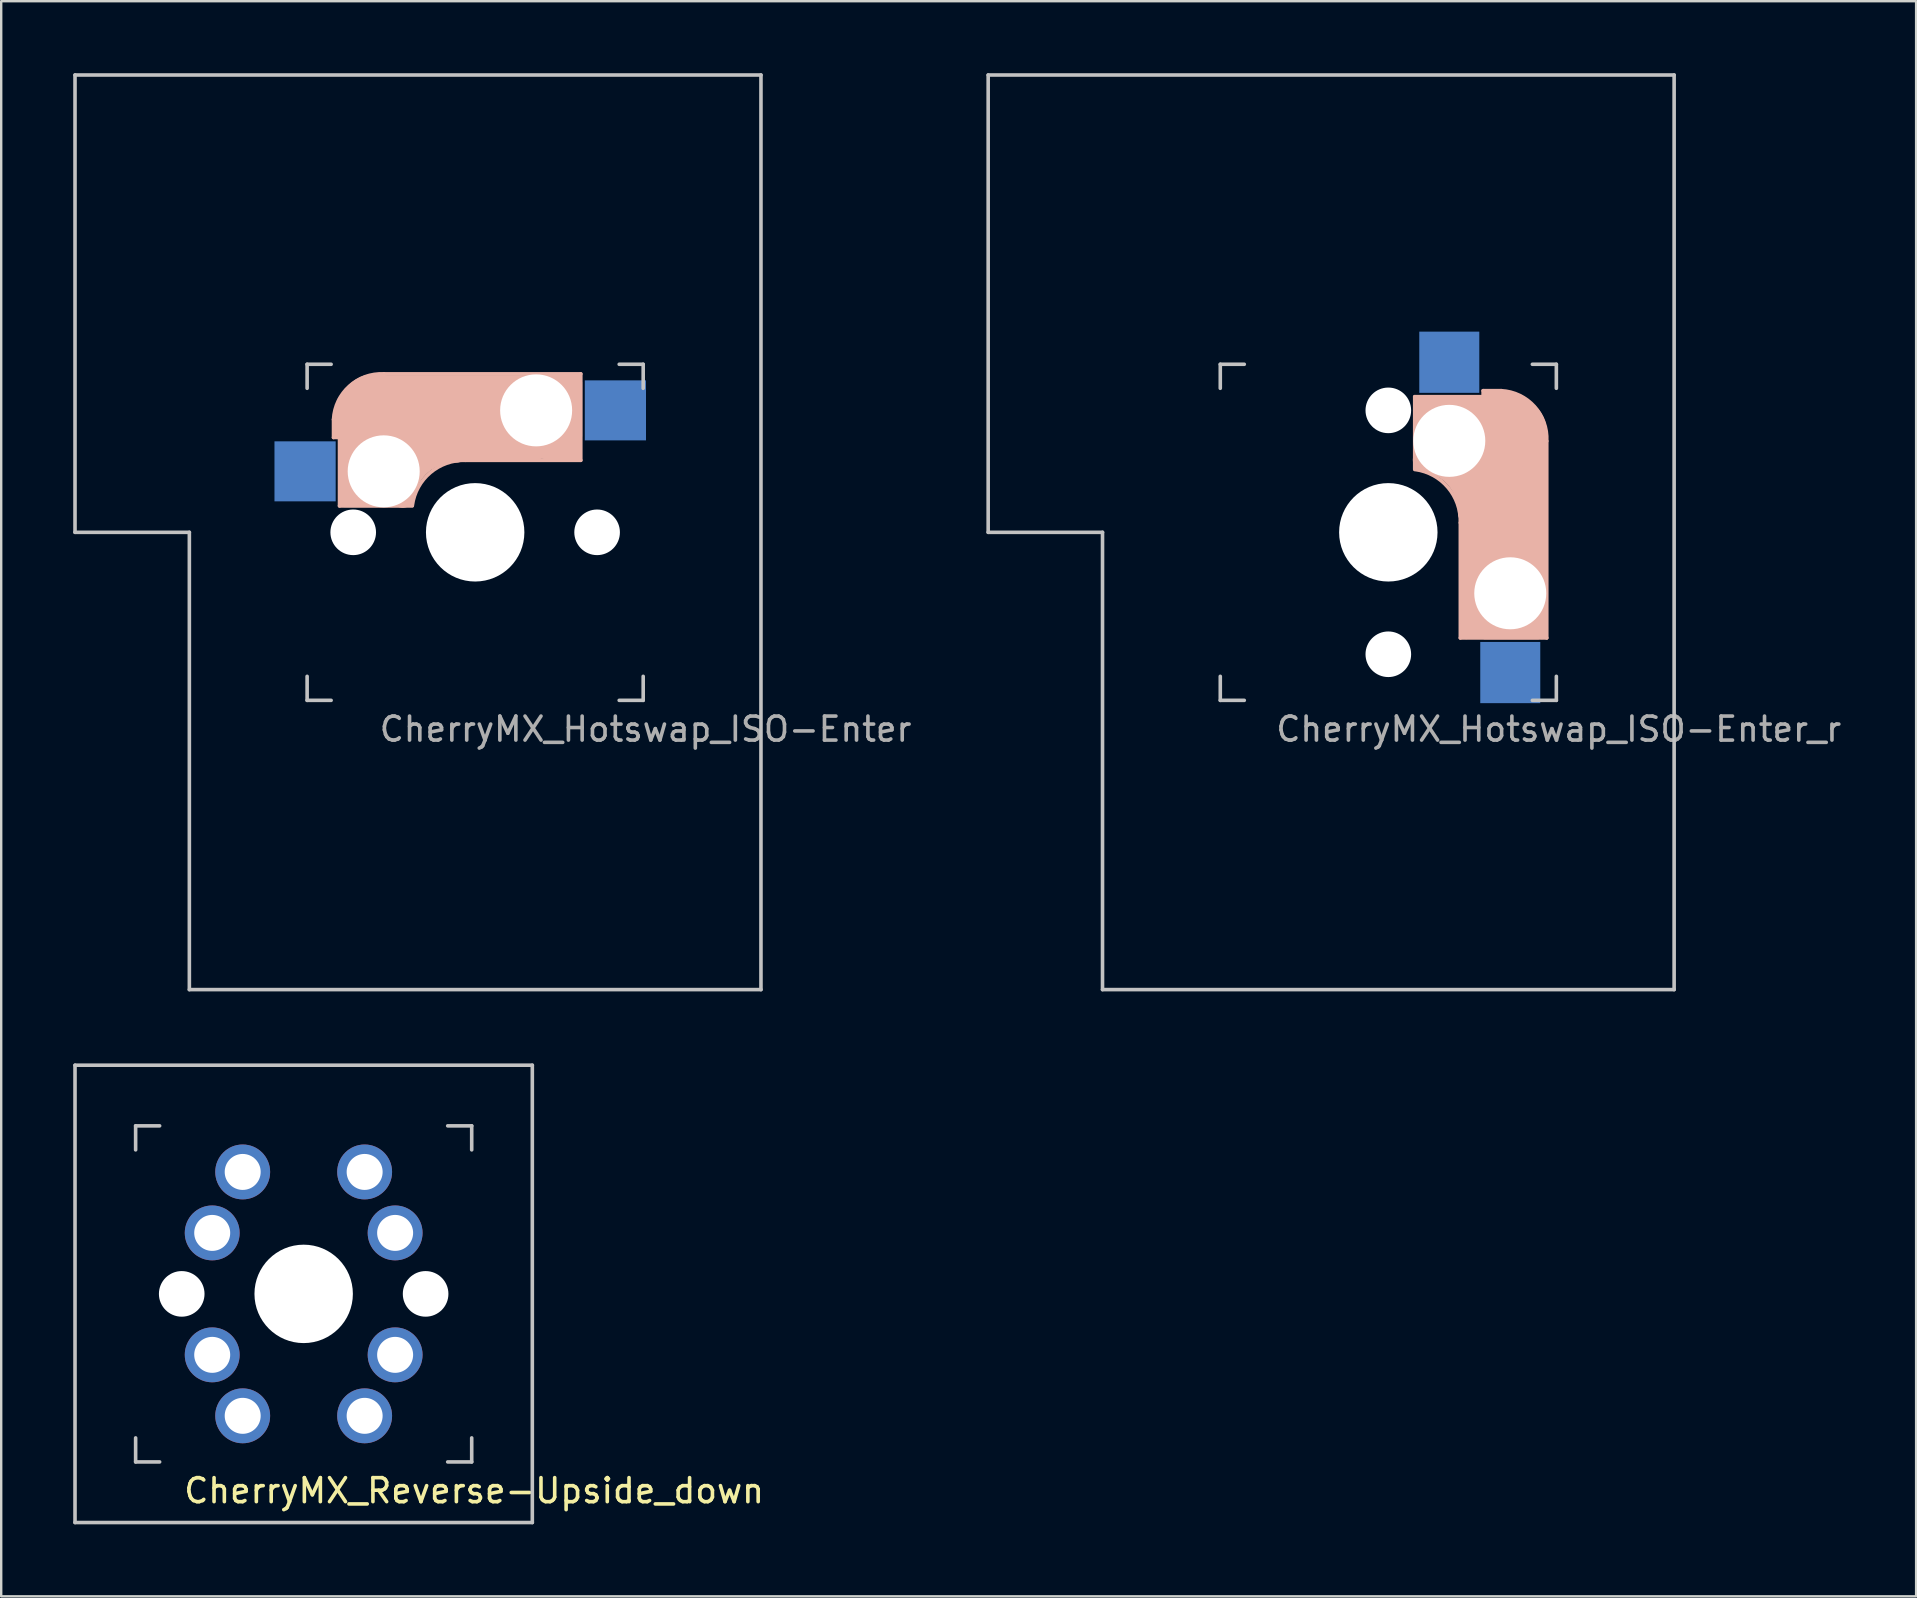
<source format=kicad_pcb>
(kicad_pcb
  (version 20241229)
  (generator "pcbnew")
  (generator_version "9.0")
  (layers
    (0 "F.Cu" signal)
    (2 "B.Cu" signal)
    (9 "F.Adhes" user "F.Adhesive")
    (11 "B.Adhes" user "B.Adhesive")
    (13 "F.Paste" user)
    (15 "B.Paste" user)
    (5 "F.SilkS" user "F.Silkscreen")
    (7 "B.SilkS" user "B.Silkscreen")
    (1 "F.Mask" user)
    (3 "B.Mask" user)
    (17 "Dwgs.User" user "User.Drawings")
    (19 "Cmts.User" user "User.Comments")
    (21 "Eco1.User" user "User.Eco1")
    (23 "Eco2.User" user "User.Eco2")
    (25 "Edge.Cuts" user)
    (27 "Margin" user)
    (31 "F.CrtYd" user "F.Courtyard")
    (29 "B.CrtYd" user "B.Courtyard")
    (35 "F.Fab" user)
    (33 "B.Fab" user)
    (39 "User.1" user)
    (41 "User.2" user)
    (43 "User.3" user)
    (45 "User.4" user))
  (footprint "CherryMX_Hotswap_ISO-Enter"
    (layer "F.Cu")
    (at 16.744 19.125)
    (property "Reference" "CherryMX_Hotswap_ISO-Enter" (at 7.1 8.2 0) (layer "F.Fab") (effects (font (size 1 1) (thickness 0.15))))
    (attr through_hole)
    (fp_line (start -5.9 -4.7) (end -5.9 -3.95) (stroke (width 0.15) (type solid)) (layer "B.SilkS"))
    (fp_line (start -5.9 -3.95) (end -5.7 -3.95) (stroke (width 0.15) (type solid)) (layer "B.SilkS"))
    (fp_line (start -5.8 -4.05) (end -5.8 -4.7) (stroke (width 0.3) (type solid)) (layer "B.SilkS"))
    (fp_line (start -5.65 -5.55) (end -5.65 -1.1) (stroke (width 0.15) (type solid)) (layer "B.SilkS"))
    (fp_line (start -5.65 -1.1) (end -2.62 -1.1) (stroke (width 0.15) (type solid)) (layer "B.SilkS"))
    (fp_line (start -5.45 -1.3) (end -3 -1.3) (stroke (width 0.5) (type solid)) (layer "B.SilkS"))
    (fp_line (start -5.3 -1.6) (end -5.3 -3.4) (stroke (width 0.8) (type solid)) (layer "B.SilkS"))
    (fp_line (start -4.17 -5.1) (end -4.17 -2.86) (stroke (width 3) (type solid)) (layer "B.SilkS"))
    (fp_line (start -0.4 -3) (end 4.4 -3) (stroke (width 0.15) (type solid)) (layer "B.SilkS"))
    (fp_line (start 2.6 -4.8) (end -4.1 -4.8) (stroke (width 3.5) (type solid)) (layer "B.SilkS"))
    (fp_line (start 3.9 -6) (end 3.9 -3.5) (stroke (width 1) (type solid)) (layer "B.SilkS"))
    (fp_line (start 4.2 -3.25) (end 2.9 -3.3) (stroke (width 0.5) (type solid)) (layer "B.SilkS"))
    (fp_line (start 4.25 -6.4) (end 3 -6.4) (stroke (width 0.4) (type solid)) (layer "B.SilkS"))
    (fp_line (start 4.38 -4) (end 4.38 -6.25) (stroke (width 0.15) (type solid)) (layer "B.SilkS"))
    (fp_line (start 4.4 -6.6) (end -3.8 -6.6) (stroke (width 0.15) (type solid)) (layer "B.SilkS"))
    (fp_line (start 4.4 -3) (end 4.4 -6.6) (stroke (width 0.15) (type solid)) (layer "B.SilkS"))
    (fp_arc (start -5.9 -4.699999) (mid -5.243504 -6.084924) (end -3.800001 -6.6) (stroke (width 0.15) (type solid)) (layer "B.SilkS"))
    (fp_arc (start -3.016318 -1.521471) (mid -2.268709 -2.886118) (end -0.8 -3.4) (stroke (width 1) (type solid)) (layer "B.SilkS"))
    (fp_arc (start -2.616318 -1.121471) (mid -1.868709 -2.486118) (end -0.4 -3) (stroke (width 0.15) (type solid)) (layer "B.SilkS"))
    (fp_line (start -16.669 -19.05) (end 11.906 -19.05) (stroke (width 0.15) (type solid)) (layer "Dwgs.User"))
    (fp_line (start -16.669 0) (end -16.669 -19.05) (stroke (width 0.15) (type solid)) (layer "Dwgs.User"))
    (fp_line (start -11.906 0) (end -16.669 0) (stroke (width 0.15) (type solid)) (layer "Dwgs.User"))
    (fp_line (start -11.906 19.05) (end -11.906 0) (stroke (width 0.15) (type solid)) (layer "Dwgs.User"))
    (fp_line (start -7 -7) (end -6 -7) (stroke (width 0.15) (type solid)) (layer "Dwgs.User"))
    (fp_line (start -7 -6) (end -7 -7) (stroke (width 0.15) (type solid)) (layer "Dwgs.User"))
    (fp_line (start -7 6) (end -7 7) (stroke (width 0.15) (type solid)) (layer "Dwgs.User"))
    (fp_line (start -7 7) (end -6 7) (stroke (width 0.15) (type solid)) (layer "Dwgs.User"))
    (fp_line (start 6 7) (end 7 7) (stroke (width 0.15) (type solid)) (layer "Dwgs.User"))
    (fp_line (start 7 -7) (end 6 -7) (stroke (width 0.15) (type solid)) (layer "Dwgs.User"))
    (fp_line (start 7 -7) (end 7 -6) (stroke (width 0.15) (type solid)) (layer "Dwgs.User"))
    (fp_line (start 7 7) (end 7 6) (stroke (width 0.15) (type solid)) (layer "Dwgs.User"))
    (fp_line (start 11.906 -19.05) (end 11.906 19.05) (stroke (width 0.15) (type solid)) (layer "Dwgs.User"))
    (fp_line (start 11.906 19.05) (end -11.906 19.05) (stroke (width 0.15) (type solid)) (layer "Dwgs.User"))
    (pad "" np_thru_hole circle (at -5.08 0) (size 1.9 1.9) (drill 1.9) (layers "*.Cu" "*.Mask"))
    (pad "" np_thru_hole circle (at -3.81 -2.54) (size 3 3) (drill 3) (layers "*.Cu" "*.Mask"))
    (pad "" np_thru_hole circle (at 0 0 90) (size 4.1 4.1) (drill 4.1) (layers "*.Cu" "*.Mask"))
    (pad "" np_thru_hole circle (at 2.54 -5.08) (size 3 3) (drill 3) (layers "*.Cu" "*.Mask"))
    (pad "" np_thru_hole circle (at 5.08 0) (size 1.9 1.9) (drill 1.9) (layers "*.Cu" "*.Mask"))
    (pad "1" smd rect (at -7.085 -2.54 180) (size 2.55 2.5) (layers "B.Cu" "B.Mask" "B.Paste"))
    (pad "2" smd rect (at 5.842 -5.08 180) (size 2.55 2.5) (layers "B.Cu" "B.Mask" "B.Paste")))
  (footprint "CherryMX_Reverse-Upside_down"
    (layer "F.Cu")
    (at 9.6 50.85)
    (property "Reference" "CherryMX_Reverse-Upside_down" (at 7.1 8.2 0) (layer "F.SilkS") (effects (font (size 1 1) (thickness 0.15))))
    (attr through_hole)
    (fp_line (start -9.525 -9.525) (end 9.525 -9.525) (stroke (width 0.15) (type solid)) (layer "Dwgs.User"))
    (fp_line (start -9.525 9.525) (end -9.525 -9.525) (stroke (width 0.15) (type solid)) (layer "Dwgs.User"))
    (fp_line (start -7 -7) (end -6 -7) (stroke (width 0.15) (type solid)) (layer "Dwgs.User"))
    (fp_line (start -7 -6) (end -7 -7) (stroke (width 0.15) (type solid)) (layer "Dwgs.User"))
    (fp_line (start -7 6) (end -7 7) (stroke (width 0.15) (type solid)) (layer "Dwgs.User"))
    (fp_line (start -7 7) (end -6 7) (stroke (width 0.15) (type solid)) (layer "Dwgs.User"))
    (fp_line (start 6 7) (end 7 7) (stroke (width 0.15) (type solid)) (layer "Dwgs.User"))
    (fp_line (start 7 -7) (end 6 -7) (stroke (width 0.15) (type solid)) (layer "Dwgs.User"))
    (fp_line (start 7 -7) (end 7 -6) (stroke (width 0.15) (type solid)) (layer "Dwgs.User"))
    (fp_line (start 7 7) (end 7 6) (stroke (width 0.15) (type solid)) (layer "Dwgs.User"))
    (fp_line (start 9.525 -9.525) (end 9.525 9.525) (stroke (width 0.15) (type solid)) (layer "Dwgs.User"))
    (fp_line (start 9.525 9.525) (end -9.525 9.525) (stroke (width 0.15) (type solid)) (layer "Dwgs.User"))
    (pad "" np_thru_hole circle (at -5.08 0) (size 1.9 1.9) (drill 1.9) (layers "*.Cu" "*.Mask"))
    (pad "" np_thru_hole circle (at 0 0 90) (size 4.1 4.1) (drill 4.1) (layers "*.Cu" "*.Mask"))
    (pad "" np_thru_hole circle (at 5.08 0) (size 1.9 1.9) (drill 1.9) (layers "*.Cu" "*.Mask"))
    (pad "1" thru_hole circle (at -3.81 -2.54) (size 2.286 2.286) (drill 1.499) (layers "*.Cu" "*.Mask"))
    (pad "1" thru_hole circle (at -3.81 2.54 180) (size 2.286 2.286) (drill 1.499) (layers "*.Cu" "*.Mask"))
    (pad "1" thru_hole circle (at -2.54 -5.08) (size 2.286 2.286) (drill 1.499) (layers "*.Cu" "*.Mask"))
    (pad "1" thru_hole circle (at -2.54 5.08 180) (size 2.286 2.286) (drill 1.499) (layers "*.Cu" "*.Mask"))
    (pad "2" thru_hole circle (at 2.54 -5.08) (size 2.286 2.286) (drill 1.499) (layers "*.Cu" "*.Mask"))
    (pad "2" thru_hole circle (at 2.54 5.08 180) (size 2.286 2.286) (drill 1.499) (layers "*.Cu" "*.Mask"))
    (pad "2" thru_hole circle (at 3.81 -2.54) (size 2.286 2.286) (drill 1.499) (layers "*.Cu" "*.Mask"))
    (pad "2" thru_hole circle (at 3.81 2.54 180) (size 2.286 2.286) (drill 1.499) (layers "*.Cu" "*.Mask")))
  (footprint "CherryMX_Hotswap_ISO-Enter_r"
    (layer "F.Cu")
    (at 54.784 19.125)
    (property "Reference" "CherryMX_Hotswap_ISO-Enter_r" (at 7.1 8.2 0) (layer "F.Fab") (effects (font (size 1 1) (thickness 0.15))))
    (attr through_hole)
    (fp_line (start 1.1 -5.65) (end 1.1 -2.62) (stroke (width 0.15) (type solid)) (layer "B.SilkS"))
    (fp_line (start 1.3 -5.45) (end 1.3 -3) (stroke (width 0.5) (type solid)) (layer "B.SilkS"))
    (fp_line (start 1.6 -5.3) (end 3.4 -5.3) (stroke (width 0.8) (type solid)) (layer "B.SilkS"))
    (fp_line (start 3 -0.4) (end 3 4.4) (stroke (width 0.15) (type solid)) (layer "B.SilkS"))
    (fp_line (start 3 4.4) (end 6.6 4.4) (stroke (width 0.15) (type solid)) (layer "B.SilkS"))
    (fp_line (start 3.25 4.2) (end 3.3 2.9) (stroke (width 0.5) (type solid)) (layer "B.SilkS"))
    (fp_line (start 3.95 -5.9) (end 3.95 -5.7) (stroke (width 0.15) (type solid)) (layer "B.SilkS"))
    (fp_line (start 4 4.38) (end 6.25 4.38) (stroke (width 0.15) (type solid)) (layer "B.SilkS"))
    (fp_line (start 4.05 -5.8) (end 4.7 -5.8) (stroke (width 0.3) (type solid)) (layer "B.SilkS"))
    (fp_line (start 4.7 -5.9) (end 3.95 -5.9) (stroke (width 0.15) (type solid)) (layer "B.SilkS"))
    (fp_line (start 4.8 2.6) (end 4.8 -4.1) (stroke (width 3.5) (type solid)) (layer "B.SilkS"))
    (fp_line (start 5.1 -4.17) (end 2.86 -4.17) (stroke (width 3) (type solid)) (layer "B.SilkS"))
    (fp_line (start 5.55 -5.65) (end 1.1 -5.65) (stroke (width 0.15) (type solid)) (layer "B.SilkS"))
    (fp_line (start 6 3.9) (end 3.5 3.9) (stroke (width 1) (type solid)) (layer "B.SilkS"))
    (fp_line (start 6.4 4.25) (end 6.4 3) (stroke (width 0.4) (type solid)) (layer "B.SilkS"))
    (fp_line (start 6.6 4.4) (end 6.6 -3.8) (stroke (width 0.15) (type solid)) (layer "B.SilkS"))
    (fp_arc (start 1.121471 -2.616318) (mid 2.486118 -1.868709) (end 3 -0.4) (stroke (width 0.15) (type solid)) (layer "B.SilkS"))
    (fp_arc (start 1.521471 -3.016318) (mid 2.886118 -2.268709) (end 3.4 -0.8) (stroke (width 1) (type solid)) (layer "B.SilkS"))
    (fp_arc (start 4.699999 -5.9) (mid 6.084924 -5.243504) (end 6.6 -3.800001) (stroke (width 0.15) (type solid)) (layer "B.SilkS"))
    (fp_line (start -16.669 -19.05) (end 11.906 -19.05) (stroke (width 0.15) (type solid)) (layer "Dwgs.User"))
    (fp_line (start -16.669 0) (end -16.669 -19.05) (stroke (width 0.15) (type solid)) (layer "Dwgs.User"))
    (fp_line (start -11.906 0) (end -16.669 0) (stroke (width 0.15) (type solid)) (layer "Dwgs.User"))
    (fp_line (start -11.906 19.05) (end -11.906 0) (stroke (width 0.15) (type solid)) (layer "Dwgs.User"))
    (fp_line (start -7 -7) (end -7 -6) (stroke (width 0.15) (type solid)) (layer "Dwgs.User"))
    (fp_line (start -7 6) (end -7 7) (stroke (width 0.15) (type solid)) (layer "Dwgs.User"))
    (fp_line (start -7 7) (end -6 7) (stroke (width 0.15) (type solid)) (layer "Dwgs.User"))
    (fp_line (start -6 -7) (end -7 -7) (stroke (width 0.15) (type solid)) (layer "Dwgs.User"))
    (fp_line (start 6 -7) (end 7 -7) (stroke (width 0.15) (type solid)) (layer "Dwgs.User"))
    (fp_line (start 7 -7) (end 7 -6) (stroke (width 0.15) (type solid)) (layer "Dwgs.User"))
    (fp_line (start 7 7) (end 6 7) (stroke (width 0.15) (type solid)) (layer "Dwgs.User"))
    (fp_line (start 7 7) (end 7 6) (stroke (width 0.15) (type solid)) (layer "Dwgs.User"))
    (fp_line (start 11.906 -19.05) (end 11.906 19.05) (stroke (width 0.15) (type solid)) (layer "Dwgs.User"))
    (fp_line (start 11.906 19.05) (end -11.906 19.05) (stroke (width 0.15) (type solid)) (layer "Dwgs.User"))
    (pad "" np_thru_hole circle (at 0 -5.08 270) (size 1.9 1.9) (drill 1.9) (layers "*.Cu" "*.Mask"))
    (pad "" np_thru_hole circle (at 0 0) (size 4.1 4.1) (drill 4.1) (layers "*.Cu" "*.Mask"))
    (pad "" np_thru_hole circle (at 0 5.08 270) (size 1.9 1.9) (drill 1.9) (layers "*.Cu" "*.Mask"))
    (pad "" np_thru_hole circle (at 2.54 -3.81 270) (size 3 3) (drill 3) (layers "*.Cu" "*.Mask"))
    (pad "" np_thru_hole circle (at 5.08 2.54 270) (size 3 3) (drill 3) (layers "*.Cu" "*.Mask"))
    (pad "1" smd rect (at 2.54 -7.085 90) (size 2.55 2.5) (layers "B.Cu" "B.Mask" "B.Paste"))
    (pad "2" smd rect (at 5.08 5.842 90) (size 2.55 2.5) (layers "B.Cu" "B.Mask" "B.Paste")))
  (gr_rect
    (start -3 -3)
    (end 76.771 63.45)
    (stroke (width 0.1) (type default))
    (fill no)
    (layer "Edge.Cuts")))
</source>
